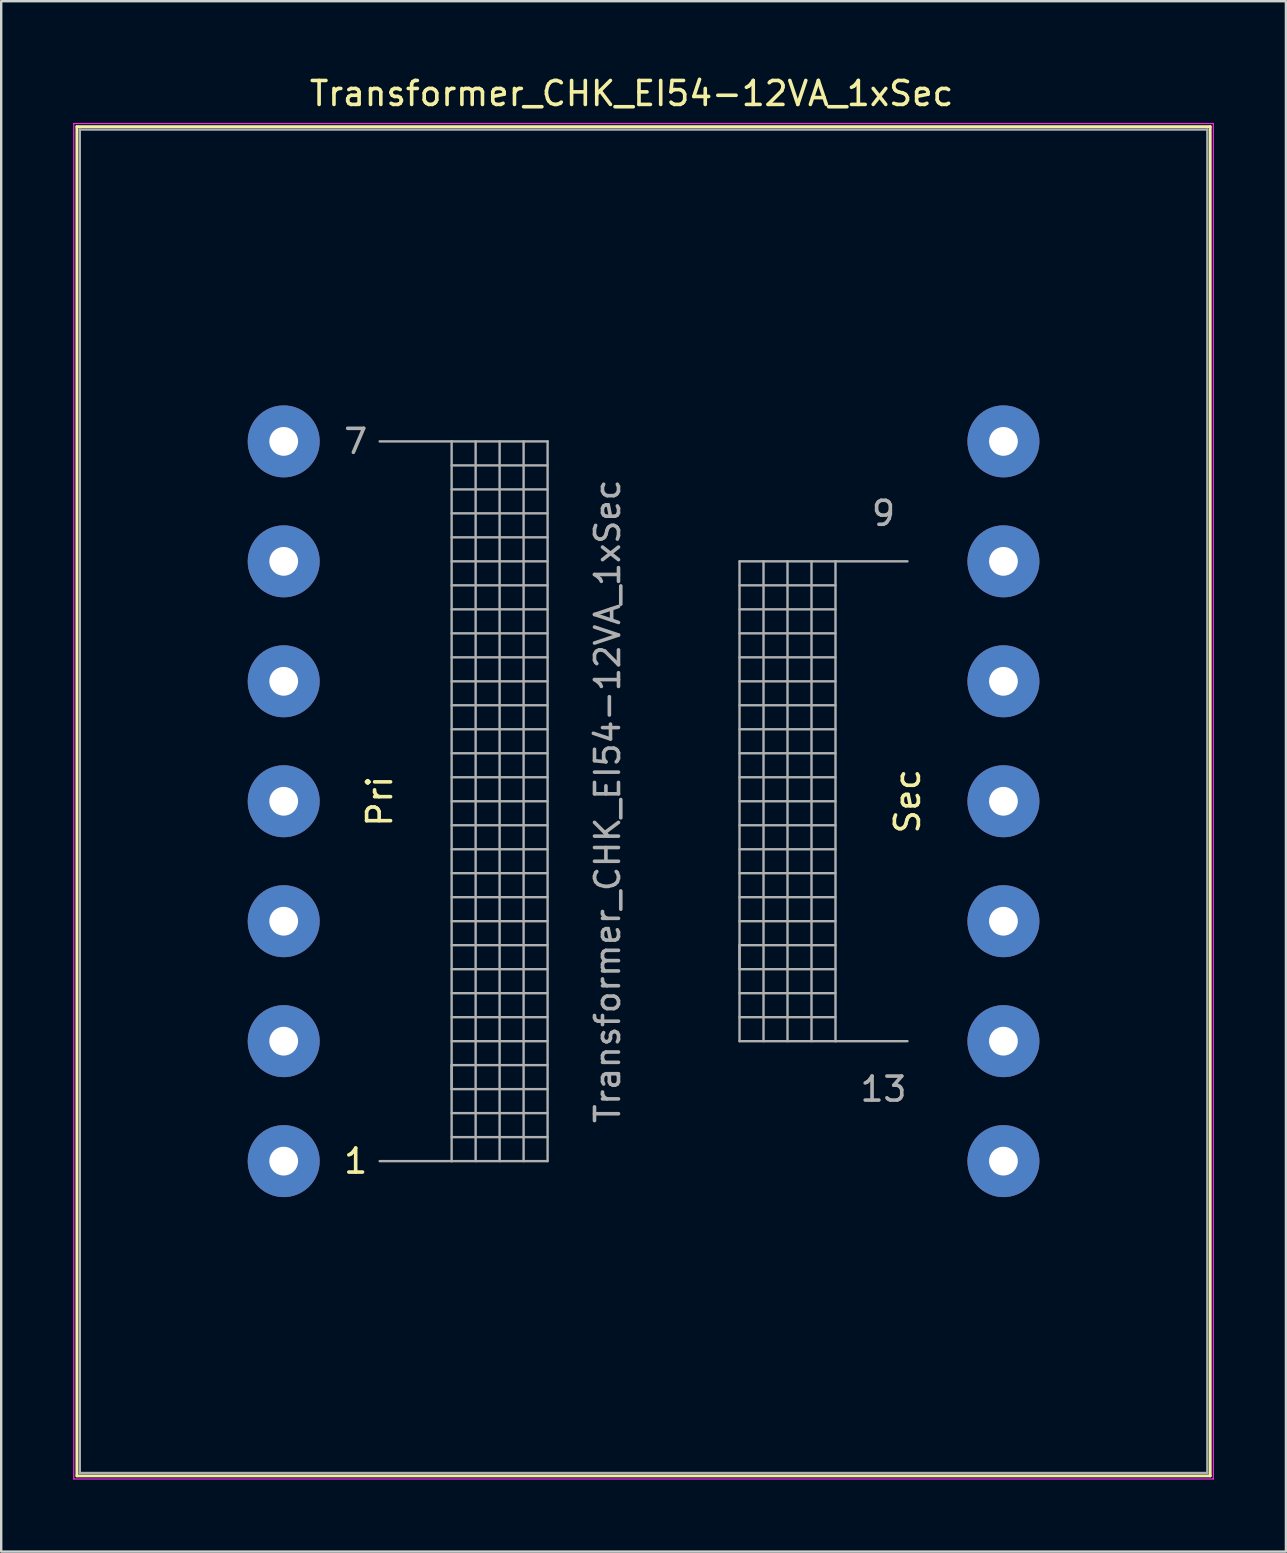
<source format=kicad_pcb>
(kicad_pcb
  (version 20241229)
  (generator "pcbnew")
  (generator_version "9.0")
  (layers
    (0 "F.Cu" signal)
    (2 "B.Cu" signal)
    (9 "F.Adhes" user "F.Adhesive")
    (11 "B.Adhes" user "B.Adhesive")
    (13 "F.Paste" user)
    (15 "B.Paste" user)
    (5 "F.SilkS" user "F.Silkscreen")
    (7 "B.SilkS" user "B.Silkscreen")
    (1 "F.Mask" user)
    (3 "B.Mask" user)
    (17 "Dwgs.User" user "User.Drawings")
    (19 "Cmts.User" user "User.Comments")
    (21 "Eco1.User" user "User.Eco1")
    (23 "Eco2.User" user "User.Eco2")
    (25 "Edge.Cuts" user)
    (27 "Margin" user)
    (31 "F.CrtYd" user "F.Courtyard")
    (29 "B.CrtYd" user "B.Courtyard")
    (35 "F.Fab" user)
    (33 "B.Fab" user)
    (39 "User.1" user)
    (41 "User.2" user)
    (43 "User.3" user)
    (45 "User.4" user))
  (footprint "Transformer_CHK_EI54-12VA_1xSec"
    (layer "F.Cu")
    (at 8.775 45.348)
    (property "Reference" "Transformer_CHK_EI54-12VA_1xSec" (at 14.5 -44.5 0) (layer "F.SilkS") (effects (font (size 1 1) (thickness 0.15))))
    (attr through_hole)
    (fp_line (start -8.62 -43.12) (end -8.62 13.12) (stroke (width 0.12) (type solid)) (layer "F.SilkS"))
    (fp_line (start -8.62 -43.12) (end 38.62 -43.12) (stroke (width 0.12) (type solid)) (layer "F.SilkS"))
    (fp_line (start 38.62 13.12) (end -8.62 13.12) (stroke (width 0.12) (type solid)) (layer "F.SilkS"))
    (fp_line (start 38.62 13.12) (end 38.62 -43.12) (stroke (width 0.12) (type solid)) (layer "F.SilkS"))
    (fp_line (start -8.75 -43.25) (end -8.75 13.25) (stroke (width 0.05) (type solid)) (layer "F.CrtYd"))
    (fp_line (start -8.75 -43.25) (end 38.75 -43.25) (stroke (width 0.05) (type solid)) (layer "F.CrtYd"))
    (fp_line (start 38.75 13.25) (end -8.75 13.25) (stroke (width 0.05) (type solid)) (layer "F.CrtYd"))
    (fp_line (start 38.75 13.25) (end 38.75 -43.25) (stroke (width 0.05) (type solid)) (layer "F.CrtYd"))
    (fp_line (start -8.5 -43) (end -8.5 13) (stroke (width 0.1) (type solid)) (layer "F.Fab"))
    (fp_line (start -8.5 13) (end 38.5 13) (stroke (width 0.1) (type solid)) (layer "F.Fab"))
    (fp_line (start 4 -30) (end 7 -30) (stroke (width 0.1) (type solid)) (layer "F.Fab"))
    (fp_line (start 7 -30) (end 7 0) (stroke (width 0.1) (type solid)) (layer "F.Fab"))
    (fp_line (start 7 -30) (end 11 -30) (stroke (width 0.1) (type solid)) (layer "F.Fab"))
    (fp_line (start 7 -29) (end 11 -29) (stroke (width 0.1) (type solid)) (layer "F.Fab"))
    (fp_line (start 7 -27) (end 11 -27) (stroke (width 0.1) (type solid)) (layer "F.Fab"))
    (fp_line (start 7 -25) (end 11 -25) (stroke (width 0.1) (type solid)) (layer "F.Fab"))
    (fp_line (start 7 -23) (end 11 -23) (stroke (width 0.1) (type solid)) (layer "F.Fab"))
    (fp_line (start 7 -21) (end 11 -21) (stroke (width 0.1) (type solid)) (layer "F.Fab"))
    (fp_line (start 7 -19) (end 11 -19) (stroke (width 0.1) (type solid)) (layer "F.Fab"))
    (fp_line (start 7 -17) (end 11 -17) (stroke (width 0.1) (type solid)) (layer "F.Fab"))
    (fp_line (start 7 -15) (end 11 -15) (stroke (width 0.1) (type solid)) (layer "F.Fab"))
    (fp_line (start 7 -13) (end 11 -13) (stroke (width 0.1) (type solid)) (layer "F.Fab"))
    (fp_line (start 7 -11) (end 11 -11) (stroke (width 0.1) (type solid)) (layer "F.Fab"))
    (fp_line (start 7 -9) (end 11 -9) (stroke (width 0.1) (type solid)) (layer "F.Fab"))
    (fp_line (start 7 -7) (end 11 -7) (stroke (width 0.1) (type solid)) (layer "F.Fab"))
    (fp_line (start 7 -5) (end 11 -5) (stroke (width 0.1) (type solid)) (layer "F.Fab"))
    (fp_line (start 7 -4) (end 7 -3) (stroke (width 0.1) (type solid)) (layer "F.Fab"))
    (fp_line (start 7 -3) (end 11 -3) (stroke (width 0.1) (type solid)) (layer "F.Fab"))
    (fp_line (start 7 -1) (end 11 -1) (stroke (width 0.1) (type solid)) (layer "F.Fab"))
    (fp_line (start 7 0) (end 4 0) (stroke (width 0.1) (type solid)) (layer "F.Fab"))
    (fp_line (start 8 -30) (end 8 0) (stroke (width 0.1) (type solid)) (layer "F.Fab"))
    (fp_line (start 9 -30) (end 9 0) (stroke (width 0.1) (type solid)) (layer "F.Fab"))
    (fp_line (start 10 -12) (end 7 -12) (stroke (width 0.1) (type solid)) (layer "F.Fab"))
    (fp_line (start 10 -12) (end 11 -12) (stroke (width 0.1) (type solid)) (layer "F.Fab"))
    (fp_line (start 10 0) (end 10 -30) (stroke (width 0.1) (type solid)) (layer "F.Fab"))
    (fp_line (start 11 -30) (end 11 0) (stroke (width 0.1) (type solid)) (layer "F.Fab"))
    (fp_line (start 11 -28) (end 7 -28) (stroke (width 0.1) (type solid)) (layer "F.Fab"))
    (fp_line (start 11 -26) (end 7 -26) (stroke (width 0.1) (type solid)) (layer "F.Fab"))
    (fp_line (start 11 -24) (end 7 -24) (stroke (width 0.1) (type solid)) (layer "F.Fab"))
    (fp_line (start 11 -22) (end 7 -22) (stroke (width 0.1) (type solid)) (layer "F.Fab"))
    (fp_line (start 11 -20) (end 7 -20) (stroke (width 0.1) (type solid)) (layer "F.Fab"))
    (fp_line (start 11 -18) (end 7 -18) (stroke (width 0.1) (type solid)) (layer "F.Fab"))
    (fp_line (start 11 -16) (end 7 -16) (stroke (width 0.1) (type solid)) (layer "F.Fab"))
    (fp_line (start 11 -14) (end 7 -14) (stroke (width 0.1) (type solid)) (layer "F.Fab"))
    (fp_line (start 11 -10) (end 7 -10) (stroke (width 0.1) (type solid)) (layer "F.Fab"))
    (fp_line (start 11 -8) (end 7 -8) (stroke (width 0.1) (type solid)) (layer "F.Fab"))
    (fp_line (start 11 -6) (end 7 -6) (stroke (width 0.1) (type solid)) (layer "F.Fab"))
    (fp_line (start 11 -4) (end 7 -4) (stroke (width 0.1) (type solid)) (layer "F.Fab"))
    (fp_line (start 11 -2) (end 7 -2) (stroke (width 0.1) (type solid)) (layer "F.Fab"))
    (fp_line (start 11 0) (end 7 0) (stroke (width 0.1) (type solid)) (layer "F.Fab"))
    (fp_line (start 19 -25) (end 19 -5) (stroke (width 0.1) (type solid)) (layer "F.Fab"))
    (fp_line (start 19 -24) (end 23 -24) (stroke (width 0.1) (type solid)) (layer "F.Fab"))
    (fp_line (start 19 -22) (end 23 -22) (stroke (width 0.1) (type solid)) (layer "F.Fab"))
    (fp_line (start 19 -20) (end 23 -20) (stroke (width 0.1) (type solid)) (layer "F.Fab"))
    (fp_line (start 19 -18) (end 23 -18) (stroke (width 0.1) (type solid)) (layer "F.Fab"))
    (fp_line (start 19 -16) (end 23 -16) (stroke (width 0.1) (type solid)) (layer "F.Fab"))
    (fp_line (start 19 -14) (end 23 -14) (stroke (width 0.1) (type solid)) (layer "F.Fab"))
    (fp_line (start 19 -12) (end 23 -12) (stroke (width 0.1) (type solid)) (layer "F.Fab"))
    (fp_line (start 19 -10) (end 23 -10) (stroke (width 0.1) (type solid)) (layer "F.Fab"))
    (fp_line (start 19 -9) (end 19 -8) (stroke (width 0.1) (type solid)) (layer "F.Fab"))
    (fp_line (start 19 -8) (end 23 -8) (stroke (width 0.1) (type solid)) (layer "F.Fab"))
    (fp_line (start 19 -6) (end 23 -6) (stroke (width 0.1) (type solid)) (layer "F.Fab"))
    (fp_line (start 19 -5) (end 23 -5) (stroke (width 0.1) (type solid)) (layer "F.Fab"))
    (fp_line (start 20 -5) (end 20 -25) (stroke (width 0.1) (type solid)) (layer "F.Fab"))
    (fp_line (start 21 -25) (end 21 -5) (stroke (width 0.1) (type solid)) (layer "F.Fab"))
    (fp_line (start 22 -5) (end 22 -25) (stroke (width 0.1) (type solid)) (layer "F.Fab"))
    (fp_line (start 23 -25) (end 19 -25) (stroke (width 0.1) (type solid)) (layer "F.Fab"))
    (fp_line (start 23 -25) (end 23 -5) (stroke (width 0.1) (type solid)) (layer "F.Fab"))
    (fp_line (start 23 -23) (end 19 -23) (stroke (width 0.1) (type solid)) (layer "F.Fab"))
    (fp_line (start 23 -21) (end 19 -21) (stroke (width 0.1) (type solid)) (layer "F.Fab"))
    (fp_line (start 23 -19) (end 19 -19) (stroke (width 0.1) (type solid)) (layer "F.Fab"))
    (fp_line (start 23 -17) (end 19 -17) (stroke (width 0.1) (type solid)) (layer "F.Fab"))
    (fp_line (start 23 -15) (end 19 -15) (stroke (width 0.1) (type solid)) (layer "F.Fab"))
    (fp_line (start 23 -13) (end 19 -13) (stroke (width 0.1) (type solid)) (layer "F.Fab"))
    (fp_line (start 23 -11) (end 19 -11) (stroke (width 0.1) (type solid)) (layer "F.Fab"))
    (fp_line (start 23 -9) (end 19 -9) (stroke (width 0.1) (type solid)) (layer "F.Fab"))
    (fp_line (start 23 -7) (end 19 -7) (stroke (width 0.1) (type solid)) (layer "F.Fab"))
    (fp_line (start 23 -5) (end 26 -5) (stroke (width 0.1) (type solid)) (layer "F.Fab"))
    (fp_line (start 26 -25) (end 23 -25) (stroke (width 0.1) (type solid)) (layer "F.Fab"))
    (fp_line (start 38.5 -43) (end -8.5 -43) (stroke (width 0.1) (type solid)) (layer "F.Fab"))
    (fp_line (start 38.5 13) (end 38.5 -43) (stroke (width 0.1) (type solid)) (layer "F.Fab"))
    (fp_text user "Pri" (at 4 -15 90) (layer "F.SilkS") (effects (font (size 1 1) (thickness 0.15))))
    (fp_text user "Sec" (at 26 -15 90) (layer "F.SilkS") (effects (font (size 1 1) (thickness 0.15))))
    (fp_text user "1" (at 3 0 0) (layer "F.SilkS") (effects (font (size 1 1) (thickness 0.15))))
    (fp_text user "9" (at 25 -27 0) (layer "F.Fab") (effects (font (size 1 1) (thickness 0.15))))
    (fp_text user "13" (at 25 -3 0) (layer "F.Fab") (effects (font (size 1 1) (thickness 0.15))))
    (fp_text user "${REFERENCE}" (at 13.5 -15 90) (layer "F.Fab") (effects (font (size 1 1) (thickness 0.15))))
    (fp_text user "7" (at 3 -30 0) (layer "F.Fab") (effects (font (size 1 1) (thickness 0.15))))
    (pad "1" thru_hole circle (at 0 0) (size 3 3) (drill 1.2) (layers "*.Cu" "*.Mask"))
    (pad "2" thru_hole circle (at 0 -5) (size 3 3) (drill 1.2) (layers "*.Cu" "*.Mask"))
    (pad "3" thru_hole circle (at 0 -10) (size 3 3) (drill 1.2) (layers "*.Cu" "*.Mask"))
    (pad "4" thru_hole circle (at 0 -15) (size 3 3) (drill 1.2) (layers "*.Cu" "*.Mask"))
    (pad "5" thru_hole circle (at 0 -20) (size 3 3) (drill 1.2) (layers "*.Cu" "*.Mask"))
    (pad "6" thru_hole circle (at 0 -25) (size 3 3) (drill 1.2) (layers "*.Cu" "*.Mask"))
    (pad "7" thru_hole circle (at 0 -30) (size 3 3) (drill 1.2) (layers "*.Cu" "*.Mask"))
    (pad "8" thru_hole circle (at 30 -30) (size 3 3) (drill 1.2) (layers "*.Cu" "*.Mask"))
    (pad "9" thru_hole circle (at 30 -25) (size 3 3) (drill 1.2) (layers "*.Cu" "*.Mask"))
    (pad "10" thru_hole circle (at 30 -20) (size 3 3) (drill 1.2) (layers "*.Cu" "*.Mask"))
    (pad "11" thru_hole circle (at 30 -15) (size 3 3) (drill 1.2) (layers "*.Cu" "*.Mask"))
    (pad "12" thru_hole circle (at 30 -10) (size 3 3) (drill 1.2) (layers "*.Cu" "*.Mask"))
    (pad "13" thru_hole circle (at 30 -5) (size 3 3) (drill 1.2) (layers "*.Cu" "*.Mask"))
    (pad "14" thru_hole circle (at 30 0) (size 3 3) (drill 1.2) (layers "*.Cu" "*.Mask")))
  (gr_rect
    (start -3 -3)
    (end 50.55 61.623)
    (stroke (width 0.1) (type default))
    (fill no)
    (layer "Edge.Cuts")))
</source>
